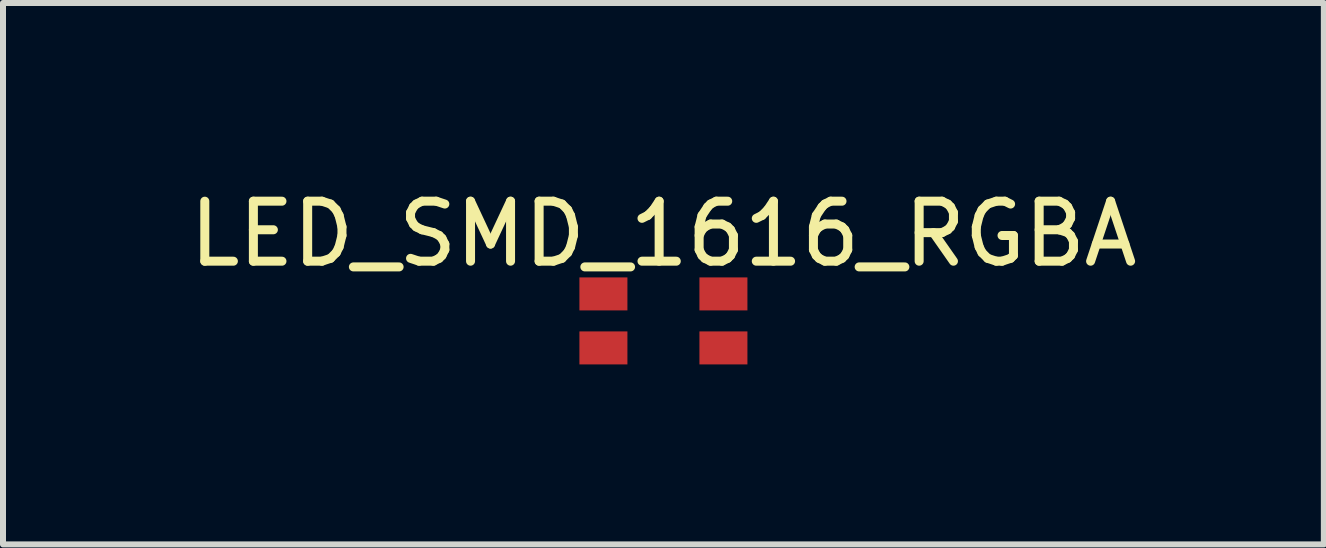
<source format=kicad_pcb>
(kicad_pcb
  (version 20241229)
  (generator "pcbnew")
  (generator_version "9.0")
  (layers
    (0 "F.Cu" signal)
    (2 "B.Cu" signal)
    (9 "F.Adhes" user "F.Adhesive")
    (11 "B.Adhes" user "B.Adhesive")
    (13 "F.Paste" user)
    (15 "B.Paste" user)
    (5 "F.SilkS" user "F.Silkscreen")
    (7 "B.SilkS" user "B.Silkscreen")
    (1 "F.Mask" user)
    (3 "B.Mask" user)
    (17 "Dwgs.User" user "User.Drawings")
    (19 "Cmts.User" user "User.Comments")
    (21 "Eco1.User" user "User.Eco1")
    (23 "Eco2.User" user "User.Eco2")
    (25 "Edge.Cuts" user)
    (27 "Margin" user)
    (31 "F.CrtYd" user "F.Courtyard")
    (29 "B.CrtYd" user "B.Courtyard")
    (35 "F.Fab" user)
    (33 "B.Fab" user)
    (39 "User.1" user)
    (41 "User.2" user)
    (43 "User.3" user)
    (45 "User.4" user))
  (footprint "LED_SMD_1616_RGBA"
    (layer "F.Cu")
    (at 8.006 2.298)
    (property "Reference" "LED_SMD_1616_RGBA" (at 0 -1.45 0) (unlocked yes) (layer "F.SilkS") (effects (font (size 1 1) (thickness 0.15))))
    (attr smd)
    (pad "1" smd rect (at -1 -0.45) (size 0.8 0.55) (layers "F.Cu" "F.Mask" "F.Paste"))
    (pad "2" smd rect (at -1 0.45) (size 0.8 0.55) (layers "F.Cu" "F.Mask" "F.Paste"))
    (pad "3" smd rect (at 1 0.45) (size 0.8 0.55) (layers "F.Cu" "F.Mask" "F.Paste"))
    (pad "4" smd rect (at 1 -0.45) (size 0.8 0.55) (layers "F.Cu" "F.Mask" "F.Paste")))
  (gr_rect
    (start -3 -3)
    (end 19.012 6.023)
    (stroke (width 0.1) (type default))
    (fill no)
    (layer "Edge.Cuts")))
</source>
